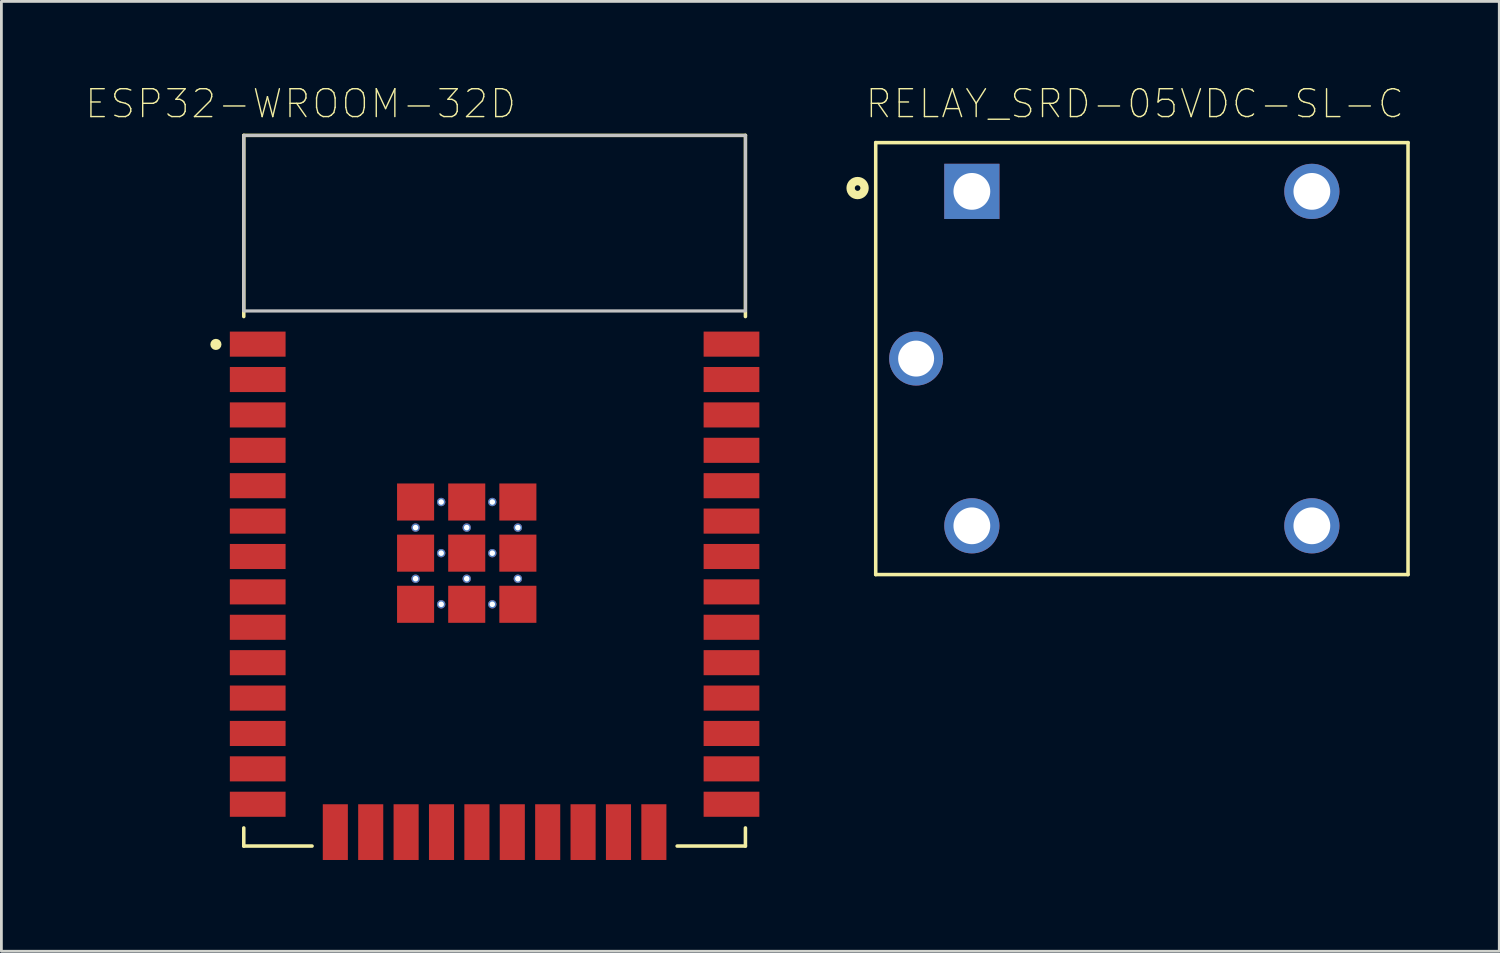
<source format=kicad_pcb>
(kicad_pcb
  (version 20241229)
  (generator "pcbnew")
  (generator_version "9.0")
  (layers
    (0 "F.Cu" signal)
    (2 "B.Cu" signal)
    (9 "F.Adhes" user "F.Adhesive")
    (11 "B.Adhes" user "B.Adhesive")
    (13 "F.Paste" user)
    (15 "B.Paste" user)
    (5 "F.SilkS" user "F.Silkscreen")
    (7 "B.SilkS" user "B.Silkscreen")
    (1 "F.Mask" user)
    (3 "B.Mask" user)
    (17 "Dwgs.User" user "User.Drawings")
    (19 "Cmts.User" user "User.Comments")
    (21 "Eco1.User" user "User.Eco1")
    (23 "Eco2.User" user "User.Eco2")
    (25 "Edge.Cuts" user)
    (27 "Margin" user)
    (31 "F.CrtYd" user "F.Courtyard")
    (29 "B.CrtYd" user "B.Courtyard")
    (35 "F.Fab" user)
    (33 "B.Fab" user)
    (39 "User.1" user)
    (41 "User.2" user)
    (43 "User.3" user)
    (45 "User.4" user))
  (footprint "RELAY_SRD-05VDC-SL-C"
    (layer "F.Cu")
    (at 37.922 9.817)
    (property "Reference" "RELAY_SRD-05VDC-SL-C" (at -0.254 -9.144 0) (layer "F.SilkS") (effects (font (size 1 1) (thickness 0.05))))
    (attr through_hole)
    (fp_line (start -9.55 -7.75) (end 9.55 -7.75) (stroke (width 0.127) (type solid)) (layer "F.SilkS"))
    (fp_line (start -9.55 7.75) (end -9.55 -7.75) (stroke (width 0.127) (type solid)) (layer "F.SilkS"))
    (fp_line (start 9.55 -7.75) (end 9.55 7.75) (stroke (width 0.127) (type solid)) (layer "F.SilkS"))
    (fp_line (start 9.55 7.75) (end -9.55 7.75) (stroke (width 0.127) (type solid)) (layer "F.SilkS"))
    (fp_circle (center -10.2 -6.119) (end -10.1 -6.119) (stroke (width 0.3) (type solid)) (fill no) (layer "F.SilkS"))
    (fp_line (start -9.8 -8) (end 9.8 -8) (stroke (width 0.05) (type solid)) (layer "Eco1.User"))
    (fp_line (start -9.8 8) (end -9.8 -8) (stroke (width 0.05) (type solid)) (layer "Eco1.User"))
    (fp_line (start 9.8 -8) (end 9.8 8) (stroke (width 0.05) (type solid)) (layer "Eco1.User"))
    (fp_line (start 9.8 8) (end -9.8 8) (stroke (width 0.05) (type solid)) (layer "Eco1.User"))
    (fp_line (start -9.55 -7.75) (end 9.55 -7.75) (stroke (width 0.127) (type solid)) (layer "Eco2.User"))
    (fp_line (start -9.55 7.75) (end -9.55 -7.75) (stroke (width 0.127) (type solid)) (layer "Eco2.User"))
    (fp_line (start 9.55 -7.75) (end 9.55 7.75) (stroke (width 0.127) (type solid)) (layer "Eco2.User"))
    (fp_line (start 9.55 7.75) (end -9.55 7.75) (stroke (width 0.127) (type solid)) (layer "Eco2.User"))
    (pad "A1" thru_hole rect (at -6.1 -6) (size 1.98 1.98) (drill 1.32) (layers "*.Cu" "*.Mask"))
    (pad "A2" thru_hole circle (at -6.1 6) (size 1.98 1.98) (drill 1.32) (layers "*.Cu" "*.Mask"))
    (pad "COM" thru_hole circle (at -8.1 0) (size 1.935 1.935) (drill 1.29) (layers "*.Cu" "*.Mask"))
    (pad "NC" thru_hole circle (at 6.1 -6) (size 1.98 1.98) (drill 1.32) (layers "*.Cu" "*.Mask"))
    (pad "NO" thru_hole circle (at 6.1 6) (size 1.98 1.98) (drill 1.32) (layers "*.Cu" "*.Mask")))
  (footprint "ESP32-WROOM-32D"
    (layer "F.Cu")
    (at 14.697 14.558)
    (property "Reference" "ESP32-WROOM-32D" (at -6.96 -13.885 0) (layer "F.SilkS") (effects (font (size 1 1) (thickness 0.05))))
    (attr smd)
    (fp_line (start -9 -12.75) (end 9 -12.75) (stroke (width 0.127) (type solid)) (layer "F.SilkS"))
    (fp_line (start -9 -6.25) (end -9 -12.75) (stroke (width 0.127) (type solid)) (layer "F.SilkS"))
    (fp_line (start -9 12.1) (end -9 12.75) (stroke (width 0.127) (type solid)) (layer "F.SilkS"))
    (fp_line (start -9 12.75) (end -6.55 12.75) (stroke (width 0.127) (type solid)) (layer "F.SilkS"))
    (fp_line (start 6.55 12.75) (end 9 12.75) (stroke (width 0.127) (type solid)) (layer "F.SilkS"))
    (fp_line (start 9 -12.75) (end 9 -6.25) (stroke (width 0.127) (type solid)) (layer "F.SilkS"))
    (fp_line (start 9 12.75) (end 9 12.1) (stroke (width 0.127) (type solid)) (layer "F.SilkS"))
    (fp_circle (center -10 -5.25) (end -9.9 -5.25) (stroke (width 0.2) (type solid)) (fill no) (layer "F.SilkS"))
    (fp_poly (pts (xy -9 -12.75) (xy 9 -12.75) (xy 9 -6.45) (xy -9 -6.45)) (stroke (width 0.1) (type solid)) (fill no) (layer "Dwgs.User"))
    (fp_poly (pts (xy -9 -12.75) (xy 9 -12.75) (xy 9 -6.45) (xy -9 -6.45)) (stroke (width 0.1) (type solid)) (fill no) (layer "Dwgs.User"))
    (fp_line (start -9.75 -6) (end -9.25 -6) (stroke (width 0.05) (type solid)) (layer "Eco1.User"))
    (fp_line (start -9.75 13.5) (end -9.75 -6) (stroke (width 0.05) (type solid)) (layer "Eco1.User"))
    (fp_line (start -9.25 -13) (end 9.25 -13) (stroke (width 0.05) (type solid)) (layer "Eco1.User"))
    (fp_line (start -9.25 -6) (end -9.25 -13) (stroke (width 0.05) (type solid)) (layer "Eco1.User"))
    (fp_line (start 9.25 -13) (end 9.25 -6) (stroke (width 0.05) (type solid)) (layer "Eco1.User"))
    (fp_line (start 9.25 -6) (end 9.75 -6) (stroke (width 0.05) (type solid)) (layer "Eco1.User"))
    (fp_line (start 9.75 -6) (end 9.75 13.5) (stroke (width 0.05) (type solid)) (layer "Eco1.User"))
    (fp_line (start 9.75 13.5) (end -9.75 13.5) (stroke (width 0.05) (type solid)) (layer "Eco1.User"))
    (fp_line (start -9 -12.75) (end -9 -6.45) (stroke (width 0.127) (type solid)) (layer "Eco2.User"))
    (fp_line (start -9 -12.75) (end 9 -12.75) (stroke (width 0.127) (type solid)) (layer "Eco2.User"))
    (fp_line (start -9 -6.45) (end 9 -6.45) (stroke (width 0.127) (type solid)) (layer "Eco2.User"))
    (fp_line (start -9 12.75) (end -9 -6.45) (stroke (width 0.127) (type solid)) (layer "Eco2.User"))
    (fp_line (start 9 -12.75) (end 9 -6.45) (stroke (width 0.127) (type solid)) (layer "Eco2.User"))
    (fp_line (start 9 -6.45) (end 9 12.75) (stroke (width 0.127) (type solid)) (layer "Eco2.User"))
    (fp_line (start 9 12.75) (end -9 12.75) (stroke (width 0.127) (type solid)) (layer "Eco2.User"))
    (fp_circle (center -10 -5.25) (end -9.9 -5.25) (stroke (width 0.2) (type solid)) (fill no) (layer "Eco2.User"))
    (fp_text user "ANTENNA" (at -6 -9 0) (layer "Edge.Cuts") (effects (font (size 1 1) (thickness 0.05))))
    (pad "1" smd rect (at -8.5 -5.26) (size 2 0.9) (layers "F.Cu" "F.Paste"))
    (pad "2" smd rect (at -8.5 -3.99) (size 2 0.9) (layers "F.Cu" "F.Paste"))
    (pad "3" smd rect (at -8.5 -2.72) (size 2 0.9) (layers "F.Cu" "F.Paste"))
    (pad "4" smd rect (at -8.5 -1.45) (size 2 0.9) (layers "F.Cu" "F.Paste"))
    (pad "5" smd rect (at -8.5 -0.18) (size 2 0.9) (layers "F.Cu" "F.Paste"))
    (pad "6" smd rect (at -8.5 1.09) (size 2 0.9) (layers "F.Cu" "F.Paste"))
    (pad "7" smd rect (at -8.5 2.36) (size 2 0.9) (layers "F.Cu" "F.Paste"))
    (pad "8" smd rect (at -8.5 3.63) (size 2 0.9) (layers "F.Cu" "F.Paste"))
    (pad "9" smd rect (at -8.5 4.9) (size 2 0.9) (layers "F.Cu" "F.Paste"))
    (pad "10" smd rect (at -8.5 6.17) (size 2 0.9) (layers "F.Cu" "F.Paste"))
    (pad "11" smd rect (at -8.5 7.44) (size 2 0.9) (layers "F.Cu" "F.Paste"))
    (pad "12" smd rect (at -8.5 8.71) (size 2 0.9) (layers "F.Cu" "F.Paste"))
    (pad "13" smd rect (at -8.5 9.98) (size 2 0.9) (layers "F.Cu" "F.Paste"))
    (pad "14" smd rect (at -8.5 11.25) (size 2 0.9) (layers "F.Cu" "F.Paste"))
    (pad "15" smd rect (at -5.715 12.25) (size 0.9 2) (layers "F.Cu" "F.Paste"))
    (pad "16" smd rect (at -4.445 12.25) (size 0.9 2) (layers "F.Cu" "F.Paste"))
    (pad "17" smd rect (at -3.175 12.25) (size 0.9 2) (layers "F.Cu" "F.Paste"))
    (pad "18" smd rect (at -1.905 12.25) (size 0.9 2) (layers "F.Cu" "F.Paste"))
    (pad "19" smd rect (at -0.635 12.25) (size 0.9 2) (layers "F.Cu" "F.Paste"))
    (pad "20" smd rect (at 0.635 12.25) (size 0.9 2) (layers "F.Cu" "F.Paste"))
    (pad "21" smd rect (at 1.905 12.25) (size 0.9 2) (layers "F.Cu" "F.Paste"))
    (pad "22" smd rect (at 3.175 12.25) (size 0.9 2) (layers "F.Cu" "F.Paste"))
    (pad "23" smd rect (at 4.445 12.25) (size 0.9 2) (layers "F.Cu" "F.Paste"))
    (pad "24" smd rect (at 5.715 12.25) (size 0.9 2) (layers "F.Cu" "F.Paste"))
    (pad "25" smd rect (at 8.5 11.25) (size 2 0.9) (layers "F.Cu" "F.Paste"))
    (pad "26" smd rect (at 8.5 9.98) (size 2 0.9) (layers "F.Cu" "F.Paste"))
    (pad "27" smd rect (at 8.5 8.71) (size 2 0.9) (layers "F.Cu" "F.Paste"))
    (pad "28" smd rect (at 8.5 7.44) (size 2 0.9) (layers "F.Cu" "F.Paste"))
    (pad "29" smd rect (at 8.5 6.17) (size 2 0.9) (layers "F.Cu" "F.Paste"))
    (pad "30" smd rect (at 8.5 4.9) (size 2 0.9) (layers "F.Cu" "F.Paste"))
    (pad "31" smd rect (at 8.5 3.63) (size 2 0.9) (layers "F.Cu" "F.Paste"))
    (pad "32" smd rect (at 8.5 2.36) (size 2 0.9) (layers "F.Cu" "F.Paste"))
    (pad "33" smd rect (at 8.5 1.09) (size 2 0.9) (layers "F.Cu" "F.Paste"))
    (pad "34" smd rect (at 8.5 -0.18) (size 2 0.9) (layers "F.Cu" "F.Paste"))
    (pad "35" smd rect (at 8.5 -1.45) (size 2 0.9) (layers "F.Cu" "F.Paste"))
    (pad "36" smd rect (at 8.5 -2.72) (size 2 0.9) (layers "F.Cu" "F.Paste"))
    (pad "37" smd rect (at 8.5 -3.99) (size 2 0.9) (layers "F.Cu" "F.Paste"))
    (pad "38" smd rect (at 8.5 -5.26) (size 2 0.9) (layers "F.Cu" "F.Paste"))
    (pad "39_1" smd rect (at -2.835 0.405) (size 1.33 1.33) (layers "F.Cu" "F.Paste"))
    (pad "39_2" smd rect (at -1 0.405) (size 1.33 1.33) (layers "F.Cu" "F.Paste"))
    (pad "39_3" smd rect (at 0.835 0.405) (size 1.33 1.33) (layers "F.Cu" "F.Paste"))
    (pad "39_4" smd rect (at -2.835 2.24) (size 1.33 1.33) (layers "F.Cu" "F.Paste"))
    (pad "39_5" smd rect (at -1 2.24) (size 1.33 1.33) (layers "F.Cu" "F.Paste"))
    (pad "39_6" smd rect (at 0.835 2.24) (size 1.33 1.33) (layers "F.Cu" "F.Paste"))
    (pad "39_7" smd rect (at -2.835 4.075) (size 1.33 1.33) (layers "F.Cu" "F.Paste"))
    (pad "39_8" smd rect (at -1 4.075) (size 1.33 1.33) (layers "F.Cu" "F.Paste"))
    (pad "39_9" smd rect (at 0.835 4.075) (size 1.33 1.33) (layers "F.Cu" "F.Paste"))
    (pad "39_10" thru_hole circle (at -1.917 0.405) (size 0.3 0.3) (drill 0.2) (layers "*.Cu" "*.Mask"))
    (pad "39_11" thru_hole circle (at -0.083 0.405) (size 0.3 0.3) (drill 0.2) (layers "*.Cu" "*.Mask"))
    (pad "39_12" thru_hole circle (at -2.835 1.323) (size 0.3 0.3) (drill 0.2) (layers "*.Cu" "*.Mask"))
    (pad "39_13" thru_hole circle (at -1 1.323) (size 0.3 0.3) (drill 0.2) (layers "*.Cu" "*.Mask"))
    (pad "39_14" thru_hole circle (at 0.835 1.323) (size 0.3 0.3) (drill 0.2) (layers "*.Cu" "*.Mask"))
    (pad "39_15" thru_hole circle (at -1.917 2.24) (size 0.3 0.3) (drill 0.2) (layers "*.Cu" "*.Mask"))
    (pad "39_16" thru_hole circle (at -0.083 2.24) (size 0.3 0.3) (drill 0.2) (layers "*.Cu" "*.Mask"))
    (pad "39_17" thru_hole circle (at -2.835 3.158) (size 0.3 0.3) (drill 0.2) (layers "*.Cu" "*.Mask"))
    (pad "39_18" thru_hole circle (at -1 3.158) (size 0.3 0.3) (drill 0.2) (layers "*.Cu" "*.Mask"))
    (pad "39_19" thru_hole circle (at 0.835 3.158) (size 0.3 0.3) (drill 0.2) (layers "*.Cu" "*.Mask"))
    (pad "39_20" thru_hole circle (at -1.917 4.075) (size 0.3 0.3) (drill 0.2) (layers "*.Cu" "*.Mask"))
    (pad "39_21" thru_hole circle (at -0.083 4.075) (size 0.3 0.3) (drill 0.2) (layers "*.Cu" "*.Mask")))
  (gr_rect
    (start -3 -3)
    (end 50.747 31.083)
    (stroke (width 0.1) (type default))
    (fill no)
    (layer "Edge.Cuts")))
</source>
